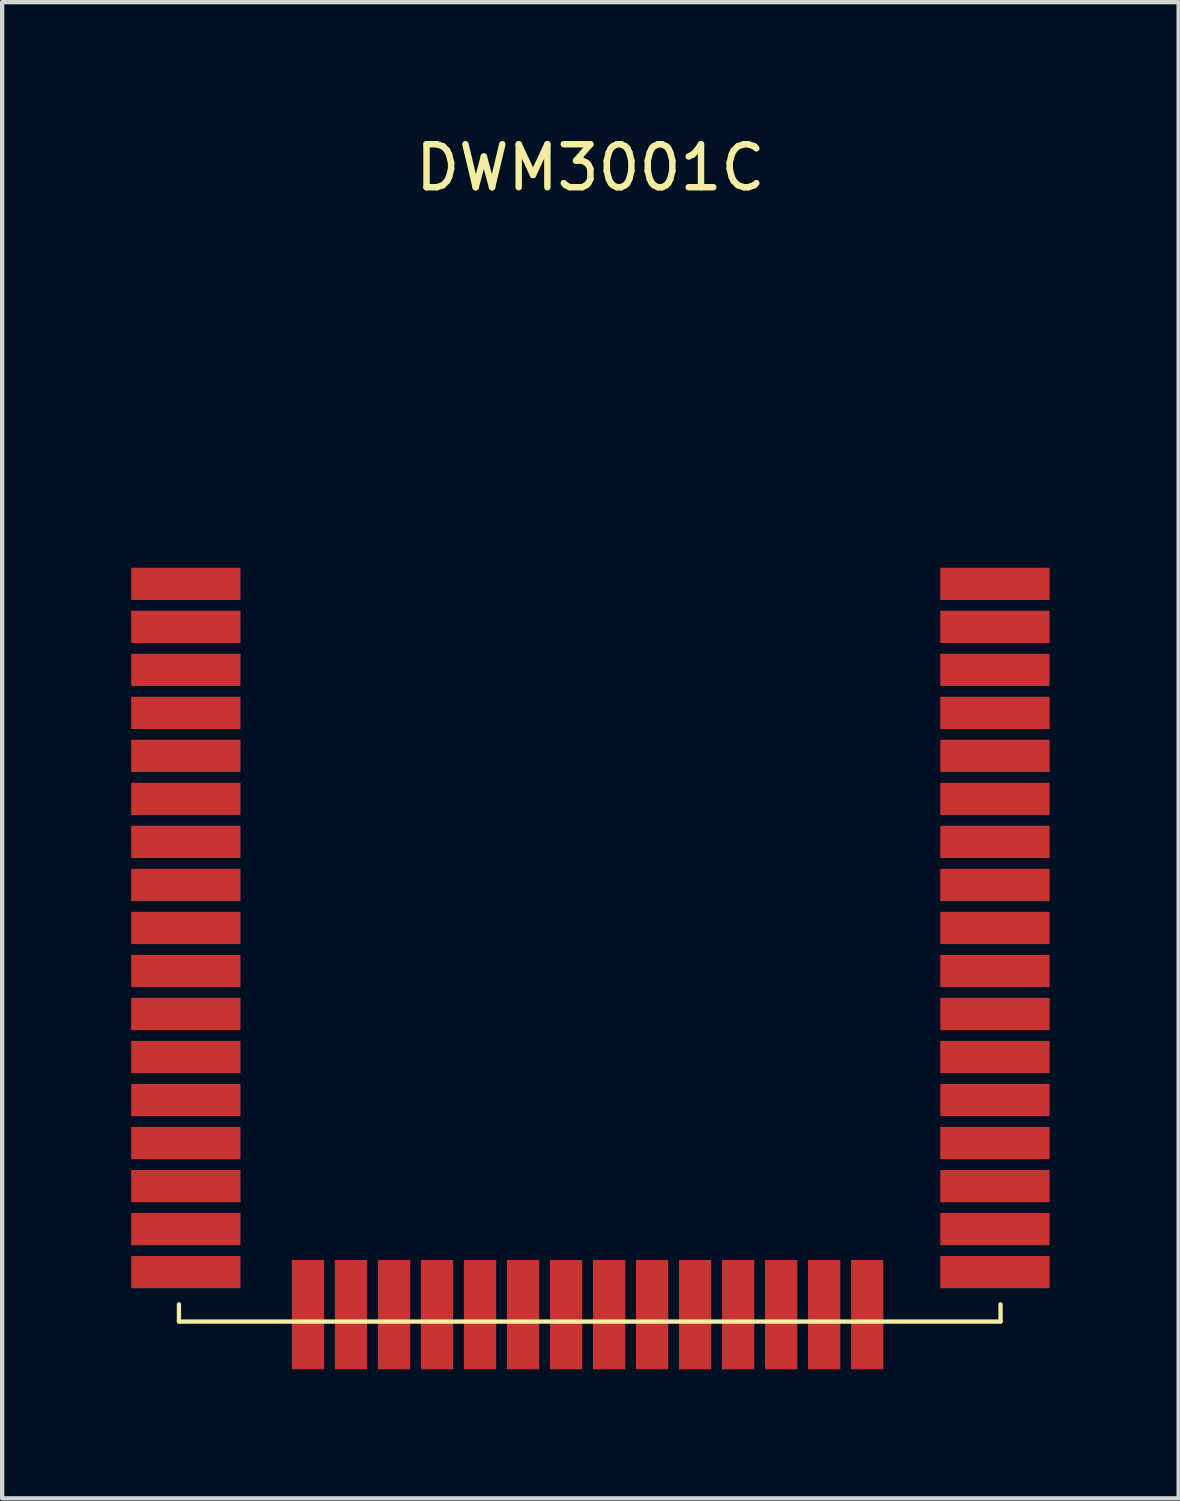
<source format=kicad_pcb>
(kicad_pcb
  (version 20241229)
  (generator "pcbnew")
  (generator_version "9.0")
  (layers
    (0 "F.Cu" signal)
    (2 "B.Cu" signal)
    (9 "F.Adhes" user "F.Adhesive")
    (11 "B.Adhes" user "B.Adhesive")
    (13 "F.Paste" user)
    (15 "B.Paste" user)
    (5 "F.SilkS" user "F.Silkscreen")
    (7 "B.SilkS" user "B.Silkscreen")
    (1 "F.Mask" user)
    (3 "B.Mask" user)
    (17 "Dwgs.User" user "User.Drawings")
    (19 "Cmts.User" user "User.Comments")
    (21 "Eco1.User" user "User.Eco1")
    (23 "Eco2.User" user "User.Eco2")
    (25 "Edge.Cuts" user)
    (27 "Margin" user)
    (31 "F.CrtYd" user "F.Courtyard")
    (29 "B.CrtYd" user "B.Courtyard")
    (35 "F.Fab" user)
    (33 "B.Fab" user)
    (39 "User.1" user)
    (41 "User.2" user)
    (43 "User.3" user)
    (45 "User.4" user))
  (footprint "DWM3001C"
    (layer "F.Cu")
    (at 1.11 27.673)
    (property "Reference" "DWM3001C" (at 9.565 -26.825 0) (layer "F.SilkS") (effects (font (size 1 1) (thickness 0.15))))
    (fp_line (start 0 0) (end 0 -0.4) (stroke (width 0.1) (type solid)) (layer "F.SilkS"))
    (fp_line (start 0 0) (end 19.1 0) (stroke (width 0.1) (type solid)) (layer "F.SilkS"))
    (fp_line (start 19.1 0) (end 19.1 -0.4) (stroke (width 0.1) (type solid)) (layer "F.SilkS"))
    (fp_line (start 0 -26.075) (end 19.1 -26.075) (stroke (width 0.1) (type solid)) (layer "Eco2.User"))
    (fp_line (start 0 -0.025) (end 0 -26.075) (stroke (width 0.1) (type solid)) (layer "Eco2.User"))
    (fp_line (start 0 -0.025) (end 19.1 -0.025) (stroke (width 0.1) (type solid)) (layer "Eco2.User"))
    (fp_line (start 2.4 -20.8) (end 4.4 -20.8) (stroke (width 0.1) (type solid)) (layer "Eco2.User"))
    (fp_line (start 2.4 -19.4) (end 2.4 -20.8) (stroke (width 0.1) (type solid)) (layer "Eco2.User"))
    (fp_line (start 2.4 -19.4) (end 4.4 -19.4) (stroke (width 0.1) (type solid)) (layer "Eco2.User"))
    (fp_line (start 4.4 -19.4) (end 4.4 -20.8) (stroke (width 0.1) (type solid)) (layer "Eco2.User"))
    (fp_line (start 7.075 -25.475) (end 17.85 -25.475) (stroke (width 0.1) (type solid)) (layer "Eco2.User"))
    (fp_line (start 7.075 -19.05) (end 7.075 -25.475) (stroke (width 0.1) (type solid)) (layer "Eco2.User"))
    (fp_line (start 7.075 -19.05) (end 17.85 -19.05) (stroke (width 0.1) (type solid)) (layer "Eco2.User"))
    (fp_line (start 17.85 -19.05) (end 17.85 -25.475) (stroke (width 0.1) (type solid)) (layer "Eco2.User"))
    (fp_line (start 19.1 -0.025) (end 19.1 -26.075) (stroke (width 0.1) (type solid)) (layer "Eco2.User"))
    (fp_circle (center 1 -16.8) (end 1 -17.161) (stroke (width 0.254) (type solid)) (fill no) (layer "Eco2.User"))
    (fp_line (start 0 -26.075) (end 19.1 -26.075) (stroke (width 0.1) (type solid)) (layer "User.1"))
    (fp_line (start 0 -0.025) (end 0 -0.9) (stroke (width 0.1) (type solid)) (layer "User.1"))
    (fp_line (start 0 -0.025) (end 19.1 -0.025) (stroke (width 0.1) (type solid)) (layer "User.1"))
    (fp_line (start 0 0) (end 0 -26.075) (stroke (width 0.1) (type solid)) (layer "User.1"))
    (fp_line (start 19.1 -0.025) (end 19.1 -26.075) (stroke (width 0.1) (type solid)) (layer "User.1"))
    (fp_text user "${REFERENCE}" (at 5.6 -11.502 0) (unlocked yes) (layer "Eco2.User") (effects (font (size 0.8 0.8) (thickness 0.2)) (justify left bottom)))
    (pad "1" smd rect (at 0.16 -17.15) (size 2.54 0.75) (layers "F.Cu" "F.Mask" "F.Paste"))
    (pad "2" smd rect (at 0.16 -16.15) (size 2.54 0.75) (layers "F.Cu" "F.Mask" "F.Paste"))
    (pad "3" smd rect (at 0.16 -15.15) (size 2.54 0.75) (layers "F.Cu" "F.Mask" "F.Paste"))
    (pad "4" smd rect (at 0.16 -14.15) (size 2.54 0.75) (layers "F.Cu" "F.Mask" "F.Paste"))
    (pad "5" smd rect (at 0.16 -13.15) (size 2.54 0.75) (layers "F.Cu" "F.Mask" "F.Paste"))
    (pad "6" smd rect (at 0.16 -12.15) (size 2.54 0.75) (layers "F.Cu" "F.Mask" "F.Paste"))
    (pad "7" smd rect (at 0.16 -11.15) (size 2.54 0.75) (layers "F.Cu" "F.Mask" "F.Paste"))
    (pad "8" smd rect (at 0.16 -10.15) (size 2.54 0.75) (layers "F.Cu" "F.Mask" "F.Paste"))
    (pad "9" smd rect (at 0.16 -9.15) (size 2.54 0.75) (layers "F.Cu" "F.Mask" "F.Paste"))
    (pad "10" smd rect (at 0.16 -8.15) (size 2.54 0.75) (layers "F.Cu" "F.Mask" "F.Paste"))
    (pad "11" smd rect (at 0.16 -7.15) (size 2.54 0.75) (layers "F.Cu" "F.Mask" "F.Paste"))
    (pad "12" smd rect (at 0.16 -6.15) (size 2.54 0.75) (layers "F.Cu" "F.Mask" "F.Paste"))
    (pad "13" smd rect (at 0.16 -5.15) (size 2.54 0.75) (layers "F.Cu" "F.Mask" "F.Paste"))
    (pad "14" smd rect (at 0.16 -4.15) (size 2.54 0.75) (layers "F.Cu" "F.Mask" "F.Paste"))
    (pad "15" smd rect (at 0.16 -3.15) (size 2.54 0.75) (layers "F.Cu" "F.Mask" "F.Paste"))
    (pad "16" smd rect (at 0.16 -2.15) (size 2.54 0.75) (layers "F.Cu" "F.Mask" "F.Paste"))
    (pad "17" smd rect (at 0.16 -1.15) (size 2.54 0.75) (layers "F.Cu" "F.Mask" "F.Paste"))
    (pad "18" smd rect (at 3 -0.16 90) (size 2.54 0.75) (layers "F.Cu" "F.Mask" "F.Paste"))
    (pad "19" smd rect (at 4 -0.16 90) (size 2.54 0.75) (layers "F.Cu" "F.Mask" "F.Paste"))
    (pad "20" smd rect (at 5 -0.16 90) (size 2.54 0.75) (layers "F.Cu" "F.Mask" "F.Paste"))
    (pad "21" smd rect (at 6 -0.16 90) (size 2.54 0.75) (layers "F.Cu" "F.Mask" "F.Paste"))
    (pad "22" smd rect (at 7 -0.16 90) (size 2.54 0.75) (layers "F.Cu" "F.Mask" "F.Paste"))
    (pad "23" smd rect (at 8 -0.16 90) (size 2.54 0.75) (layers "F.Cu" "F.Mask" "F.Paste"))
    (pad "24" smd rect (at 9 -0.16 90) (size 2.54 0.75) (layers "F.Cu" "F.Mask" "F.Paste"))
    (pad "25" smd rect (at 10 -0.16 90) (size 2.54 0.75) (layers "F.Cu" "F.Mask" "F.Paste"))
    (pad "26" smd rect (at 11 -0.16 90) (size 2.54 0.75) (layers "F.Cu" "F.Mask" "F.Paste"))
    (pad "27" smd rect (at 12 -0.16 90) (size 2.54 0.75) (layers "F.Cu" "F.Mask" "F.Paste"))
    (pad "28" smd rect (at 13 -0.16 90) (size 2.54 0.75) (layers "F.Cu" "F.Mask" "F.Paste"))
    (pad "29" smd rect (at 14 -0.16 90) (size 2.54 0.75) (layers "F.Cu" "F.Mask" "F.Paste"))
    (pad "30" smd rect (at 15 -0.16 90) (size 2.54 0.75) (layers "F.Cu" "F.Mask" "F.Paste"))
    (pad "31" smd rect (at 16 -0.16 90) (size 2.54 0.75) (layers "F.Cu" "F.Mask" "F.Paste"))
    (pad "32" smd rect (at 18.97 -1.15) (size 2.54 0.75) (layers "F.Cu" "F.Mask" "F.Paste"))
    (pad "33" smd rect (at 18.97 -2.15) (size 2.54 0.75) (layers "F.Cu" "F.Mask" "F.Paste"))
    (pad "34" smd rect (at 18.97 -3.15) (size 2.54 0.75) (layers "F.Cu" "F.Mask" "F.Paste"))
    (pad "35" smd rect (at 18.97 -4.15) (size 2.54 0.75) (layers "F.Cu" "F.Mask" "F.Paste"))
    (pad "36" smd rect (at 18.97 -5.15) (size 2.54 0.75) (layers "F.Cu" "F.Mask" "F.Paste"))
    (pad "37" smd rect (at 18.97 -6.15) (size 2.54 0.75) (layers "F.Cu" "F.Mask" "F.Paste"))
    (pad "38" smd rect (at 18.97 -7.15) (size 2.54 0.75) (layers "F.Cu" "F.Mask" "F.Paste"))
    (pad "39" smd rect (at 18.97 -8.15) (size 2.54 0.75) (layers "F.Cu" "F.Mask" "F.Paste"))
    (pad "40" smd rect (at 18.97 -9.15) (size 2.54 0.75) (layers "F.Cu" "F.Mask" "F.Paste"))
    (pad "41" smd rect (at 18.97 -10.15) (size 2.54 0.75) (layers "F.Cu" "F.Mask" "F.Paste"))
    (pad "42" smd rect (at 18.97 -11.15) (size 2.54 0.75) (layers "F.Cu" "F.Mask" "F.Paste"))
    (pad "43" smd rect (at 18.97 -12.15) (size 2.54 0.75) (layers "F.Cu" "F.Mask" "F.Paste"))
    (pad "44" smd rect (at 18.97 -13.15) (size 2.54 0.75) (layers "F.Cu" "F.Mask" "F.Paste"))
    (pad "45" smd rect (at 18.97 -14.15) (size 2.54 0.75) (layers "F.Cu" "F.Mask" "F.Paste"))
    (pad "46" smd rect (at 18.97 -15.15) (size 2.54 0.75) (layers "F.Cu" "F.Mask" "F.Paste"))
    (pad "47" smd rect (at 18.97 -16.15) (size 2.54 0.75) (layers "F.Cu" "F.Mask" "F.Paste"))
    (pad "48" smd rect (at 18.97 -17.15) (size 2.54 0.75) (layers "F.Cu" "F.Mask" "F.Paste")))
  (gr_rect
    (start -3 -3)
    (end 24.35 31.783)
    (stroke (width 0.1) (type default))
    (fill no)
    (layer "Edge.Cuts")))
</source>
